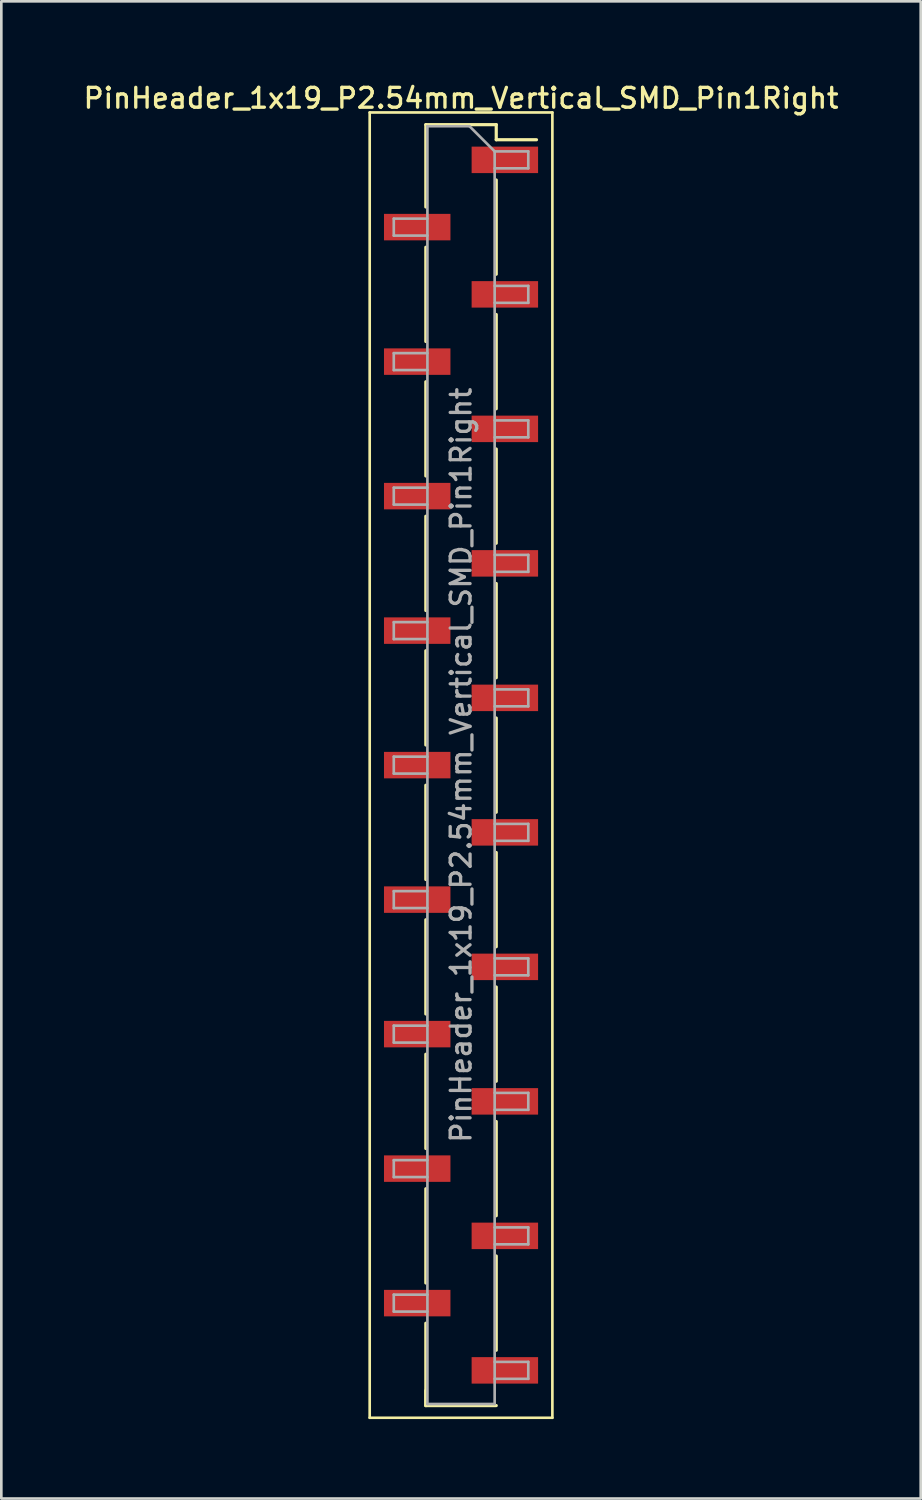
<source format=kicad_pcb>
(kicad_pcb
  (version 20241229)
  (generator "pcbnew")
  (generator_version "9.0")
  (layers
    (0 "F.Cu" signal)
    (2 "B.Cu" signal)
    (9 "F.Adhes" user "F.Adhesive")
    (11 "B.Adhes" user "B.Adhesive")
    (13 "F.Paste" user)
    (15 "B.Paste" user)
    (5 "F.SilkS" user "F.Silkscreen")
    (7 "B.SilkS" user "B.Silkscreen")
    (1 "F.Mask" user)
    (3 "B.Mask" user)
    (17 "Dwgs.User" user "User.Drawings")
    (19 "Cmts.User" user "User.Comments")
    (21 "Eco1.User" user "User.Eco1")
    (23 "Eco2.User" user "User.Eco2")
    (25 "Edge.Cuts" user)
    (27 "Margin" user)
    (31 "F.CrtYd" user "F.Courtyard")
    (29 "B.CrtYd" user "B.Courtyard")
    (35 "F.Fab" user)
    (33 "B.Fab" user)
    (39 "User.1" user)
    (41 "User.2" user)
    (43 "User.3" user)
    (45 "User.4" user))
  (footprint "PinHeader_1x19_P2.54mm_Vertical_SMD_Pin1Right"
    (layer "F.Cu")
    (at 14.363 25.848)
    (property "Reference" "PinHeader_1x19_P2.54mm_Vertical_SMD_Pin1Right" (at 0 -25.19 0) (layer "F.SilkS") (effects (font (size 0.75 0.75) (thickness 0.125))))
    (attr smd)
    (fp_line (start -3.45 -24.65) (end -3.45 24.65) (stroke (width 0.1) (type solid)) (layer "F.SilkS"))
    (fp_line (start -3.45 24.65) (end 3.45 24.65) (stroke (width 0.1) (type solid)) (layer "F.SilkS"))
    (fp_line (start -1.33 -24.19) (end -1.33 -21.08) (stroke (width 0.12) (type solid)) (layer "F.SilkS"))
    (fp_line (start -1.33 -24.19) (end 1.33 -24.19) (stroke (width 0.12) (type solid)) (layer "F.SilkS"))
    (fp_line (start -1.33 -19.56) (end -1.33 -16) (stroke (width 0.12) (type solid)) (layer "F.SilkS"))
    (fp_line (start -1.33 -14.48) (end -1.33 -10.92) (stroke (width 0.12) (type solid)) (layer "F.SilkS"))
    (fp_line (start -1.33 -9.4) (end -1.33 -5.84) (stroke (width 0.12) (type solid)) (layer "F.SilkS"))
    (fp_line (start -1.33 -4.32) (end -1.33 -0.76) (stroke (width 0.12) (type solid)) (layer "F.SilkS"))
    (fp_line (start -1.33 0.76) (end -1.33 4.32) (stroke (width 0.12) (type solid)) (layer "F.SilkS"))
    (fp_line (start -1.33 5.84) (end -1.33 9.4) (stroke (width 0.12) (type solid)) (layer "F.SilkS"))
    (fp_line (start -1.33 10.92) (end -1.33 14.48) (stroke (width 0.12) (type solid)) (layer "F.SilkS"))
    (fp_line (start -1.33 16) (end -1.33 19.56) (stroke (width 0.12) (type solid)) (layer "F.SilkS"))
    (fp_line (start -1.33 21.08) (end -1.33 24.19) (stroke (width 0.12) (type solid)) (layer "F.SilkS"))
    (fp_line (start -1.33 23.62) (end -1.33 24.19) (stroke (width 0.12) (type solid)) (layer "F.SilkS"))
    (fp_line (start -1.33 24.19) (end 1.33 24.19) (stroke (width 0.12) (type solid)) (layer "F.SilkS"))
    (fp_line (start 1.33 -24.19) (end 1.33 -23.62) (stroke (width 0.12) (type solid)) (layer "F.SilkS"))
    (fp_line (start 1.33 -23.62) (end 2.85 -23.62) (stroke (width 0.12) (type solid)) (layer "F.SilkS"))
    (fp_line (start 1.33 -22.1) (end 1.33 -18.54) (stroke (width 0.12) (type solid)) (layer "F.SilkS"))
    (fp_line (start 1.33 -17.02) (end 1.33 -13.46) (stroke (width 0.12) (type solid)) (layer "F.SilkS"))
    (fp_line (start 1.33 -11.94) (end 1.33 -8.38) (stroke (width 0.12) (type solid)) (layer "F.SilkS"))
    (fp_line (start 1.33 -6.86) (end 1.33 -3.3) (stroke (width 0.12) (type solid)) (layer "F.SilkS"))
    (fp_line (start 1.33 -1.78) (end 1.33 1.78) (stroke (width 0.12) (type solid)) (layer "F.SilkS"))
    (fp_line (start 1.33 3.3) (end 1.33 6.86) (stroke (width 0.12) (type solid)) (layer "F.SilkS"))
    (fp_line (start 1.33 8.38) (end 1.33 11.94) (stroke (width 0.12) (type solid)) (layer "F.SilkS"))
    (fp_line (start 1.33 13.46) (end 1.33 17.02) (stroke (width 0.12) (type solid)) (layer "F.SilkS"))
    (fp_line (start 1.33 18.54) (end 1.33 22.1) (stroke (width 0.12) (type solid)) (layer "F.SilkS"))
    (fp_line (start 3.45 -24.65) (end -3.45 -24.65) (stroke (width 0.1) (type solid)) (layer "F.SilkS"))
    (fp_line (start 3.45 24.65) (end 3.45 -24.65) (stroke (width 0.1) (type solid)) (layer "F.SilkS"))
    (fp_line (start -2.54 -20.64) (end -2.54 -20) (stroke (width 0.1) (type solid)) (layer "F.Fab"))
    (fp_line (start -2.54 -20) (end -1.27 -20) (stroke (width 0.1) (type solid)) (layer "F.Fab"))
    (fp_line (start -2.54 -15.56) (end -2.54 -14.92) (stroke (width 0.1) (type solid)) (layer "F.Fab"))
    (fp_line (start -2.54 -14.92) (end -1.27 -14.92) (stroke (width 0.1) (type solid)) (layer "F.Fab"))
    (fp_line (start -2.54 -10.48) (end -2.54 -9.84) (stroke (width 0.1) (type solid)) (layer "F.Fab"))
    (fp_line (start -2.54 -9.84) (end -1.27 -9.84) (stroke (width 0.1) (type solid)) (layer "F.Fab"))
    (fp_line (start -2.54 -5.4) (end -2.54 -4.76) (stroke (width 0.1) (type solid)) (layer "F.Fab"))
    (fp_line (start -2.54 -4.76) (end -1.27 -4.76) (stroke (width 0.1) (type solid)) (layer "F.Fab"))
    (fp_line (start -2.54 -0.32) (end -2.54 0.32) (stroke (width 0.1) (type solid)) (layer "F.Fab"))
    (fp_line (start -2.54 0.32) (end -1.27 0.32) (stroke (width 0.1) (type solid)) (layer "F.Fab"))
    (fp_line (start -2.54 4.76) (end -2.54 5.4) (stroke (width 0.1) (type solid)) (layer "F.Fab"))
    (fp_line (start -2.54 5.4) (end -1.27 5.4) (stroke (width 0.1) (type solid)) (layer "F.Fab"))
    (fp_line (start -2.54 9.84) (end -2.54 10.48) (stroke (width 0.1) (type solid)) (layer "F.Fab"))
    (fp_line (start -2.54 10.48) (end -1.27 10.48) (stroke (width 0.1) (type solid)) (layer "F.Fab"))
    (fp_line (start -2.54 14.92) (end -2.54 15.56) (stroke (width 0.1) (type solid)) (layer "F.Fab"))
    (fp_line (start -2.54 15.56) (end -1.27 15.56) (stroke (width 0.1) (type solid)) (layer "F.Fab"))
    (fp_line (start -2.54 20) (end -2.54 20.64) (stroke (width 0.1) (type solid)) (layer "F.Fab"))
    (fp_line (start -2.54 20.64) (end -1.27 20.64) (stroke (width 0.1) (type solid)) (layer "F.Fab"))
    (fp_line (start -1.27 -24.13) (end -1.27 24.13) (stroke (width 0.1) (type solid)) (layer "F.Fab"))
    (fp_line (start -1.27 -24.13) (end 0.32 -24.13) (stroke (width 0.1) (type solid)) (layer "F.Fab"))
    (fp_line (start -1.27 -20.64) (end -2.54 -20.64) (stroke (width 0.1) (type solid)) (layer "F.Fab"))
    (fp_line (start -1.27 -15.56) (end -2.54 -15.56) (stroke (width 0.1) (type solid)) (layer "F.Fab"))
    (fp_line (start -1.27 -10.48) (end -2.54 -10.48) (stroke (width 0.1) (type solid)) (layer "F.Fab"))
    (fp_line (start -1.27 -5.4) (end -2.54 -5.4) (stroke (width 0.1) (type solid)) (layer "F.Fab"))
    (fp_line (start -1.27 -0.32) (end -2.54 -0.32) (stroke (width 0.1) (type solid)) (layer "F.Fab"))
    (fp_line (start -1.27 4.76) (end -2.54 4.76) (stroke (width 0.1) (type solid)) (layer "F.Fab"))
    (fp_line (start -1.27 9.84) (end -2.54 9.84) (stroke (width 0.1) (type solid)) (layer "F.Fab"))
    (fp_line (start -1.27 14.92) (end -2.54 14.92) (stroke (width 0.1) (type solid)) (layer "F.Fab"))
    (fp_line (start -1.27 20) (end -2.54 20) (stroke (width 0.1) (type solid)) (layer "F.Fab"))
    (fp_line (start 1.27 -23.18) (end 0.32 -24.13) (stroke (width 0.1) (type solid)) (layer "F.Fab"))
    (fp_line (start 1.27 -23.18) (end 2.54 -23.18) (stroke (width 0.1) (type solid)) (layer "F.Fab"))
    (fp_line (start 1.27 -18.1) (end 2.54 -18.1) (stroke (width 0.1) (type solid)) (layer "F.Fab"))
    (fp_line (start 1.27 -13.02) (end 2.54 -13.02) (stroke (width 0.1) (type solid)) (layer "F.Fab"))
    (fp_line (start 1.27 -7.94) (end 2.54 -7.94) (stroke (width 0.1) (type solid)) (layer "F.Fab"))
    (fp_line (start 1.27 -2.86) (end 2.54 -2.86) (stroke (width 0.1) (type solid)) (layer "F.Fab"))
    (fp_line (start 1.27 2.22) (end 2.54 2.22) (stroke (width 0.1) (type solid)) (layer "F.Fab"))
    (fp_line (start 1.27 7.3) (end 2.54 7.3) (stroke (width 0.1) (type solid)) (layer "F.Fab"))
    (fp_line (start 1.27 12.38) (end 2.54 12.38) (stroke (width 0.1) (type solid)) (layer "F.Fab"))
    (fp_line (start 1.27 17.46) (end 2.54 17.46) (stroke (width 0.1) (type solid)) (layer "F.Fab"))
    (fp_line (start 1.27 22.54) (end 2.54 22.54) (stroke (width 0.1) (type solid)) (layer "F.Fab"))
    (fp_line (start 1.27 24.13) (end -1.27 24.13) (stroke (width 0.1) (type solid)) (layer "F.Fab"))
    (fp_line (start 1.27 24.13) (end 1.27 -23.18) (stroke (width 0.1) (type solid)) (layer "F.Fab"))
    (fp_line (start 2.54 -23.18) (end 2.54 -22.54) (stroke (width 0.1) (type solid)) (layer "F.Fab"))
    (fp_line (start 2.54 -22.54) (end 1.27 -22.54) (stroke (width 0.1) (type solid)) (layer "F.Fab"))
    (fp_line (start 2.54 -18.1) (end 2.54 -17.46) (stroke (width 0.1) (type solid)) (layer "F.Fab"))
    (fp_line (start 2.54 -17.46) (end 1.27 -17.46) (stroke (width 0.1) (type solid)) (layer "F.Fab"))
    (fp_line (start 2.54 -13.02) (end 2.54 -12.38) (stroke (width 0.1) (type solid)) (layer "F.Fab"))
    (fp_line (start 2.54 -12.38) (end 1.27 -12.38) (stroke (width 0.1) (type solid)) (layer "F.Fab"))
    (fp_line (start 2.54 -7.94) (end 2.54 -7.3) (stroke (width 0.1) (type solid)) (layer "F.Fab"))
    (fp_line (start 2.54 -7.3) (end 1.27 -7.3) (stroke (width 0.1) (type solid)) (layer "F.Fab"))
    (fp_line (start 2.54 -2.86) (end 2.54 -2.22) (stroke (width 0.1) (type solid)) (layer "F.Fab"))
    (fp_line (start 2.54 -2.22) (end 1.27 -2.22) (stroke (width 0.1) (type solid)) (layer "F.Fab"))
    (fp_line (start 2.54 2.22) (end 2.54 2.86) (stroke (width 0.1) (type solid)) (layer "F.Fab"))
    (fp_line (start 2.54 2.86) (end 1.27 2.86) (stroke (width 0.1) (type solid)) (layer "F.Fab"))
    (fp_line (start 2.54 7.3) (end 2.54 7.94) (stroke (width 0.1) (type solid)) (layer "F.Fab"))
    (fp_line (start 2.54 7.94) (end 1.27 7.94) (stroke (width 0.1) (type solid)) (layer "F.Fab"))
    (fp_line (start 2.54 12.38) (end 2.54 13.02) (stroke (width 0.1) (type solid)) (layer "F.Fab"))
    (fp_line (start 2.54 13.02) (end 1.27 13.02) (stroke (width 0.1) (type solid)) (layer "F.Fab"))
    (fp_line (start 2.54 17.46) (end 2.54 18.1) (stroke (width 0.1) (type solid)) (layer "F.Fab"))
    (fp_line (start 2.54 18.1) (end 1.27 18.1) (stroke (width 0.1) (type solid)) (layer "F.Fab"))
    (fp_line (start 2.54 22.54) (end 2.54 23.18) (stroke (width 0.1) (type solid)) (layer "F.Fab"))
    (fp_line (start 2.54 23.18) (end 1.27 23.18) (stroke (width 0.1) (type solid)) (layer "F.Fab"))
    (fp_text user "${REFERENCE}" (at 0 0 90) (layer "F.Fab") (effects (font (size 0.75 0.75) (thickness 0.125))))
    (pad "1" smd rect (at 1.655 -22.86) (size 2.51 1) (layers "F.Cu" "F.Mask" "F.Paste"))
    (pad "2" smd rect (at -1.655 -20.32) (size 2.51 1) (layers "F.Cu" "F.Mask" "F.Paste"))
    (pad "3" smd rect (at 1.655 -17.78) (size 2.51 1) (layers "F.Cu" "F.Mask" "F.Paste"))
    (pad "4" smd rect (at -1.655 -15.24) (size 2.51 1) (layers "F.Cu" "F.Mask" "F.Paste"))
    (pad "5" smd rect (at 1.655 -12.7) (size 2.51 1) (layers "F.Cu" "F.Mask" "F.Paste"))
    (pad "6" smd rect (at -1.655 -10.16) (size 2.51 1) (layers "F.Cu" "F.Mask" "F.Paste"))
    (pad "7" smd rect (at 1.655 -7.62) (size 2.51 1) (layers "F.Cu" "F.Mask" "F.Paste"))
    (pad "8" smd rect (at -1.655 -5.08) (size 2.51 1) (layers "F.Cu" "F.Mask" "F.Paste"))
    (pad "9" smd rect (at 1.655 -2.54) (size 2.51 1) (layers "F.Cu" "F.Mask" "F.Paste"))
    (pad "10" smd rect (at -1.655 0) (size 2.51 1) (layers "F.Cu" "F.Mask" "F.Paste"))
    (pad "11" smd rect (at 1.655 2.54) (size 2.51 1) (layers "F.Cu" "F.Mask" "F.Paste"))
    (pad "12" smd rect (at -1.655 5.08) (size 2.51 1) (layers "F.Cu" "F.Mask" "F.Paste"))
    (pad "13" smd rect (at 1.655 7.62) (size 2.51 1) (layers "F.Cu" "F.Mask" "F.Paste"))
    (pad "14" smd rect (at -1.655 10.16) (size 2.51 1) (layers "F.Cu" "F.Mask" "F.Paste"))
    (pad "15" smd rect (at 1.655 12.7) (size 2.51 1) (layers "F.Cu" "F.Mask" "F.Paste"))
    (pad "16" smd rect (at -1.655 15.24) (size 2.51 1) (layers "F.Cu" "F.Mask" "F.Paste"))
    (pad "17" smd rect (at 1.655 17.78) (size 2.51 1) (layers "F.Cu" "F.Mask" "F.Paste"))
    (pad "18" smd rect (at -1.655 20.32) (size 2.51 1) (layers "F.Cu" "F.Mask" "F.Paste"))
    (pad "19" smd rect (at 1.655 22.86) (size 2.51 1) (layers "F.Cu" "F.Mask" "F.Paste")))
  (gr_rect
    (start -3 -3)
    (end 31.725 53.548)
    (stroke (width 0.1) (type default))
    (fill no)
    (layer "Edge.Cuts")))
</source>
